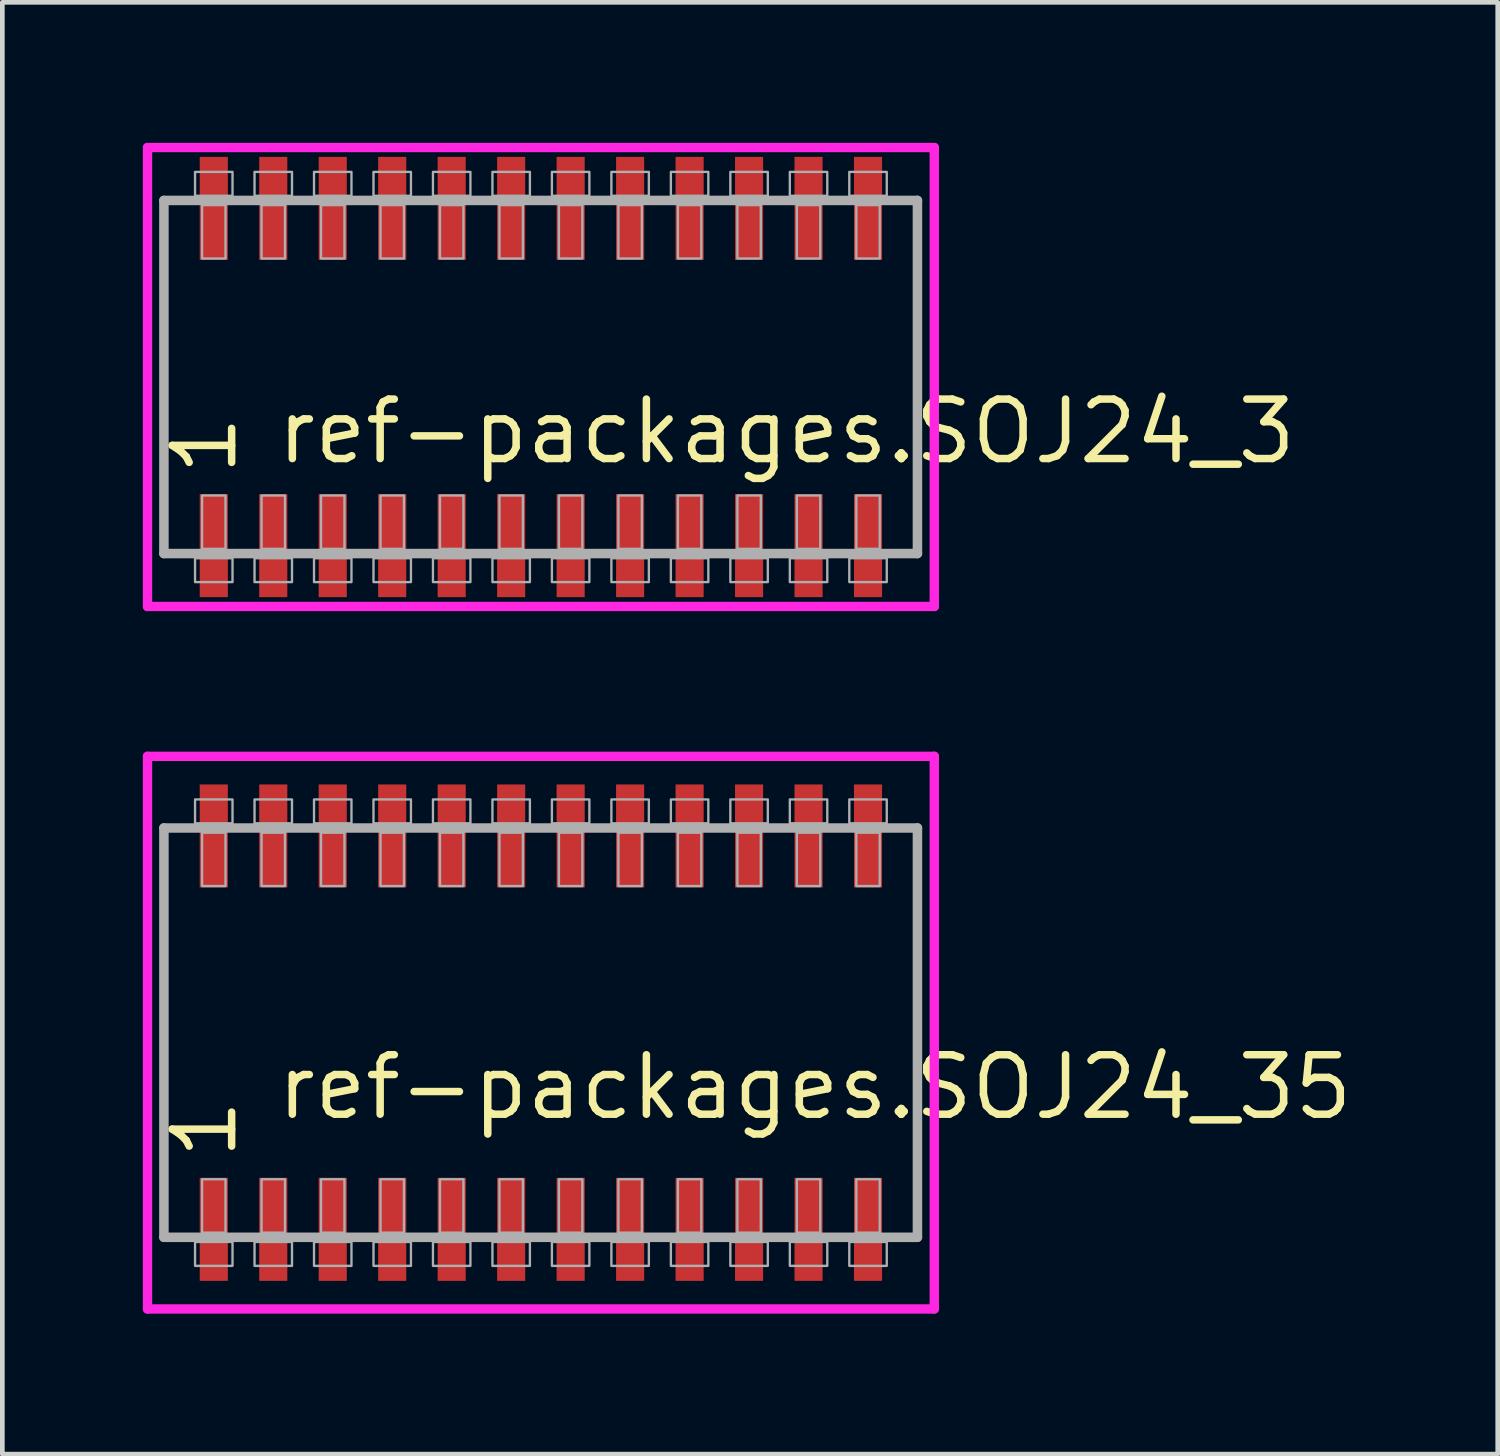
<source format=kicad_pcb>
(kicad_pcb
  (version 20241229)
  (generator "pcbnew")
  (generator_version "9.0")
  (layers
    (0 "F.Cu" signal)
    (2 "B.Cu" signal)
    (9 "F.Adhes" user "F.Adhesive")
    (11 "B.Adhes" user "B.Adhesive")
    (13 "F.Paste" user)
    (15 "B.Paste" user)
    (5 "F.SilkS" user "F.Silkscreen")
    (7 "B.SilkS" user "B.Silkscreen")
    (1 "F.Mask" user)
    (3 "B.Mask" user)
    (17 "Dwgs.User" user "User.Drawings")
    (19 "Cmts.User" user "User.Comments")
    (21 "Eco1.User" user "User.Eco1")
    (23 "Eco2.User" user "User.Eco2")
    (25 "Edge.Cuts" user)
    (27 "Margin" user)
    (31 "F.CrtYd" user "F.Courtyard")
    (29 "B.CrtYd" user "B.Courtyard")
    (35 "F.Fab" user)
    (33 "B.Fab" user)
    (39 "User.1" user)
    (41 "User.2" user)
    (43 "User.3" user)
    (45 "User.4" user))
  (footprint "ref-packages.SOJ24_35"
    (layer "F.Cu")
    (at 8.5 19)
    (property "Reference" "ref-packages.SOJ24_35" (at -5.715 1.905 0) (layer "F.SilkS") (effects (font (size 1.27 1.27) (thickness 0.16)) (justify left bottom)))
    (attr smd)
    (fp_line (start -8.4 -5.9) (end 8.4 -5.9) (stroke (width 0.2) (type default)) (layer "F.CrtYd"))
    (fp_line (start -8.4 5.9) (end -8.4 -5.9) (stroke (width 0.2) (type default)) (layer "F.CrtYd"))
    (fp_line (start 8.4 -5.9) (end 8.4 5.9) (stroke (width 0.2) (type default)) (layer "F.CrtYd"))
    (fp_line (start 8.4 5.9) (end -8.4 5.9) (stroke (width 0.2) (type default)) (layer "F.CrtYd"))
    (fp_line (start -8.05 -4.37) (end 8.04 -4.37) (stroke (width 0.203) (type default)) (layer "F.Fab"))
    (fp_line (start -8.05 4.37) (end -8.05 -4.37) (stroke (width 0.203) (type default)) (layer "F.Fab"))
    (fp_line (start 8.04 -4.37) (end 8.04 4.37) (stroke (width 0.203) (type default)) (layer "F.Fab"))
    (fp_line (start 8.04 4.37) (end -8.05 4.37) (stroke (width 0.203) (type default)) (layer "F.Fab"))
    (fp_rect (start -7.385 -4.47) (end -6.585 -4.98) (stroke (width 0.05) (type default)) (fill no) (layer "F.Fab"))
    (fp_rect (start -7.385 4.98) (end -6.585 4.47) (stroke (width 0.05) (type default)) (fill no) (layer "F.Fab"))
    (fp_rect (start -7.235 -3.13) (end -6.735 -4.27) (stroke (width 0.05) (type default)) (fill no) (layer "F.Fab"))
    (fp_rect (start -7.235 4.27) (end -6.735 3.13) (stroke (width 0.05) (type default)) (fill no) (layer "F.Fab"))
    (fp_rect (start -6.115 -4.47) (end -5.315 -4.98) (stroke (width 0.05) (type default)) (fill no) (layer "F.Fab"))
    (fp_rect (start -6.115 4.98) (end -5.315 4.47) (stroke (width 0.05) (type default)) (fill no) (layer "F.Fab"))
    (fp_rect (start -5.965 -3.13) (end -5.465 -4.27) (stroke (width 0.05) (type default)) (fill no) (layer "F.Fab"))
    (fp_rect (start -5.965 4.27) (end -5.465 3.13) (stroke (width 0.05) (type default)) (fill no) (layer "F.Fab"))
    (fp_rect (start -4.845 -4.47) (end -4.045 -4.98) (stroke (width 0.05) (type default)) (fill no) (layer "F.Fab"))
    (fp_rect (start -4.845 4.98) (end -4.045 4.47) (stroke (width 0.05) (type default)) (fill no) (layer "F.Fab"))
    (fp_rect (start -4.695 -3.13) (end -4.195 -4.27) (stroke (width 0.05) (type default)) (fill no) (layer "F.Fab"))
    (fp_rect (start -4.695 4.27) (end -4.195 3.13) (stroke (width 0.05) (type default)) (fill no) (layer "F.Fab"))
    (fp_rect (start -3.575 -4.47) (end -2.775 -4.98) (stroke (width 0.05) (type default)) (fill no) (layer "F.Fab"))
    (fp_rect (start -3.575 4.98) (end -2.775 4.47) (stroke (width 0.05) (type default)) (fill no) (layer "F.Fab"))
    (fp_rect (start -3.425 -3.13) (end -2.925 -4.27) (stroke (width 0.05) (type default)) (fill no) (layer "F.Fab"))
    (fp_rect (start -3.425 4.27) (end -2.925 3.13) (stroke (width 0.05) (type default)) (fill no) (layer "F.Fab"))
    (fp_rect (start -2.305 -4.47) (end -1.505 -4.98) (stroke (width 0.05) (type default)) (fill no) (layer "F.Fab"))
    (fp_rect (start -2.305 4.98) (end -1.505 4.47) (stroke (width 0.05) (type default)) (fill no) (layer "F.Fab"))
    (fp_rect (start -2.155 -3.13) (end -1.655 -4.27) (stroke (width 0.05) (type default)) (fill no) (layer "F.Fab"))
    (fp_rect (start -2.155 4.27) (end -1.655 3.13) (stroke (width 0.05) (type default)) (fill no) (layer "F.Fab"))
    (fp_rect (start -1.035 -4.47) (end -0.235 -4.98) (stroke (width 0.05) (type default)) (fill no) (layer "F.Fab"))
    (fp_rect (start -1.035 4.98) (end -0.235 4.47) (stroke (width 0.05) (type default)) (fill no) (layer "F.Fab"))
    (fp_rect (start -0.885 -3.13) (end -0.385 -4.27) (stroke (width 0.05) (type default)) (fill no) (layer "F.Fab"))
    (fp_rect (start -0.885 4.27) (end -0.385 3.13) (stroke (width 0.05) (type default)) (fill no) (layer "F.Fab"))
    (fp_rect (start 0.235 -4.47) (end 1.035 -4.98) (stroke (width 0.05) (type default)) (fill no) (layer "F.Fab"))
    (fp_rect (start 0.235 4.98) (end 1.035 4.47) (stroke (width 0.05) (type default)) (fill no) (layer "F.Fab"))
    (fp_rect (start 0.385 -3.13) (end 0.885 -4.27) (stroke (width 0.05) (type default)) (fill no) (layer "F.Fab"))
    (fp_rect (start 0.385 4.27) (end 0.885 3.13) (stroke (width 0.05) (type default)) (fill no) (layer "F.Fab"))
    (fp_rect (start 1.505 -4.47) (end 2.305 -4.98) (stroke (width 0.05) (type default)) (fill no) (layer "F.Fab"))
    (fp_rect (start 1.505 4.98) (end 2.305 4.47) (stroke (width 0.05) (type default)) (fill no) (layer "F.Fab"))
    (fp_rect (start 1.655 -3.13) (end 2.155 -4.27) (stroke (width 0.05) (type default)) (fill no) (layer "F.Fab"))
    (fp_rect (start 1.655 4.27) (end 2.155 3.13) (stroke (width 0.05) (type default)) (fill no) (layer "F.Fab"))
    (fp_rect (start 2.775 -4.47) (end 3.575 -4.98) (stroke (width 0.05) (type default)) (fill no) (layer "F.Fab"))
    (fp_rect (start 2.775 4.98) (end 3.575 4.47) (stroke (width 0.05) (type default)) (fill no) (layer "F.Fab"))
    (fp_rect (start 2.925 -3.13) (end 3.425 -4.27) (stroke (width 0.05) (type default)) (fill no) (layer "F.Fab"))
    (fp_rect (start 2.925 4.27) (end 3.425 3.13) (stroke (width 0.05) (type default)) (fill no) (layer "F.Fab"))
    (fp_rect (start 4.045 -4.47) (end 4.845 -4.98) (stroke (width 0.05) (type default)) (fill no) (layer "F.Fab"))
    (fp_rect (start 4.045 4.98) (end 4.845 4.47) (stroke (width 0.05) (type default)) (fill no) (layer "F.Fab"))
    (fp_rect (start 4.195 -3.13) (end 4.695 -4.27) (stroke (width 0.05) (type default)) (fill no) (layer "F.Fab"))
    (fp_rect (start 4.195 4.27) (end 4.695 3.13) (stroke (width 0.05) (type default)) (fill no) (layer "F.Fab"))
    (fp_rect (start 5.315 -4.47) (end 6.115 -4.98) (stroke (width 0.05) (type default)) (fill no) (layer "F.Fab"))
    (fp_rect (start 5.315 4.98) (end 6.115 4.47) (stroke (width 0.05) (type default)) (fill no) (layer "F.Fab"))
    (fp_rect (start 5.465 -3.13) (end 5.965 -4.27) (stroke (width 0.05) (type default)) (fill no) (layer "F.Fab"))
    (fp_rect (start 5.465 4.27) (end 5.965 3.13) (stroke (width 0.05) (type default)) (fill no) (layer "F.Fab"))
    (fp_rect (start 6.585 -4.47) (end 7.385 -4.98) (stroke (width 0.05) (type default)) (fill no) (layer "F.Fab"))
    (fp_rect (start 6.585 4.98) (end 7.385 4.47) (stroke (width 0.05) (type default)) (fill no) (layer "F.Fab"))
    (fp_rect (start 6.735 -3.13) (end 7.235 -4.27) (stroke (width 0.05) (type default)) (fill no) (layer "F.Fab"))
    (fp_rect (start 6.735 4.27) (end 7.235 3.13) (stroke (width 0.05) (type default)) (fill no) (layer "F.Fab"))
    (fp_text user "1" (at -6.44 2.77 90) (layer "F.SilkS") (effects (font (size 1.27 1.27) (thickness 0.16)) (justify left bottom)))
    (pad "1" smd roundrect (at -6.985 4.2) (size 0.6 2.2) (layers "F.Cu" "F.Mask" "F.Paste") (roundrect_rratio 0.01))
    (pad "2" smd roundrect (at -5.715 4.2) (size 0.6 2.2) (layers "F.Cu" "F.Mask" "F.Paste") (roundrect_rratio 0.01))
    (pad "3" smd roundrect (at -4.445 4.2) (size 0.6 2.2) (layers "F.Cu" "F.Mask" "F.Paste") (roundrect_rratio 0.01))
    (pad "4" smd roundrect (at -3.175 4.2) (size 0.6 2.2) (layers "F.Cu" "F.Mask" "F.Paste") (roundrect_rratio 0.01))
    (pad "5" smd roundrect (at -1.905 4.2) (size 0.6 2.2) (layers "F.Cu" "F.Mask" "F.Paste") (roundrect_rratio 0.01))
    (pad "6" smd roundrect (at -0.635 4.2) (size 0.6 2.2) (layers "F.Cu" "F.Mask" "F.Paste") (roundrect_rratio 0.01))
    (pad "7" smd roundrect (at 0.635 4.2) (size 0.6 2.2) (layers "F.Cu" "F.Mask" "F.Paste") (roundrect_rratio 0.01))
    (pad "8" smd roundrect (at 1.905 4.2) (size 0.6 2.2) (layers "F.Cu" "F.Mask" "F.Paste") (roundrect_rratio 0.01))
    (pad "9" smd roundrect (at 3.175 4.2) (size 0.6 2.2) (layers "F.Cu" "F.Mask" "F.Paste") (roundrect_rratio 0.01))
    (pad "10" smd roundrect (at 4.445 4.2) (size 0.6 2.2) (layers "F.Cu" "F.Mask" "F.Paste") (roundrect_rratio 0.01))
    (pad "11" smd roundrect (at 5.715 4.2) (size 0.6 2.2) (layers "F.Cu" "F.Mask" "F.Paste") (roundrect_rratio 0.01))
    (pad "12" smd roundrect (at 6.985 4.2) (size 0.6 2.2) (layers "F.Cu" "F.Mask" "F.Paste") (roundrect_rratio 0.01))
    (pad "13" smd roundrect (at 6.985 -4.2) (size 0.6 2.2) (layers "F.Cu" "F.Mask" "F.Paste") (roundrect_rratio 0.01))
    (pad "14" smd roundrect (at 5.715 -4.2) (size 0.6 2.2) (layers "F.Cu" "F.Mask" "F.Paste") (roundrect_rratio 0.01))
    (pad "15" smd roundrect (at 4.445 -4.2) (size 0.6 2.2) (layers "F.Cu" "F.Mask" "F.Paste") (roundrect_rratio 0.01))
    (pad "16" smd roundrect (at 3.175 -4.2) (size 0.6 2.2) (layers "F.Cu" "F.Mask" "F.Paste") (roundrect_rratio 0.01))
    (pad "17" smd roundrect (at 1.905 -4.2) (size 0.6 2.2) (layers "F.Cu" "F.Mask" "F.Paste") (roundrect_rratio 0.01))
    (pad "18" smd roundrect (at 0.635 -4.2) (size 0.6 2.2) (layers "F.Cu" "F.Mask" "F.Paste") (roundrect_rratio 0.01))
    (pad "19" smd roundrect (at -0.635 -4.2) (size 0.6 2.2) (layers "F.Cu" "F.Mask" "F.Paste") (roundrect_rratio 0.01))
    (pad "20" smd roundrect (at -1.905 -4.2) (size 0.6 2.2) (layers "F.Cu" "F.Mask" "F.Paste") (roundrect_rratio 0.01))
    (pad "21" smd roundrect (at -3.175 -4.2) (size 0.6 2.2) (layers "F.Cu" "F.Mask" "F.Paste") (roundrect_rratio 0.01))
    (pad "22" smd roundrect (at -4.445 -4.2) (size 0.6 2.2) (layers "F.Cu" "F.Mask" "F.Paste") (roundrect_rratio 0.01))
    (pad "23" smd roundrect (at -5.715 -4.2) (size 0.6 2.2) (layers "F.Cu" "F.Mask" "F.Paste") (roundrect_rratio 0.01))
    (pad "24" smd roundrect (at -6.985 -4.2) (size 0.6 2.2) (layers "F.Cu" "F.Mask" "F.Paste") (roundrect_rratio 0.01)))
  (footprint "ref-packages.SOJ24_3"
    (layer "F.Cu")
    (at 8.5 5)
    (property "Reference" "ref-packages.SOJ24_3" (at -5.715 1.905 0) (layer "F.SilkS") (effects (font (size 1.27 1.27) (thickness 0.16)) (justify left bottom)))
    (attr smd)
    (fp_line (start -8.4 -4.9) (end 8.4 -4.9) (stroke (width 0.2) (type default)) (layer "F.CrtYd"))
    (fp_line (start -8.4 4.9) (end -8.4 -4.9) (stroke (width 0.2) (type default)) (layer "F.CrtYd"))
    (fp_line (start 8.4 -4.9) (end 8.4 4.9) (stroke (width 0.2) (type default)) (layer "F.CrtYd"))
    (fp_line (start 8.4 4.9) (end -8.4 4.9) (stroke (width 0.2) (type default)) (layer "F.CrtYd"))
    (fp_line (start -8.05 -3.77) (end 8.04 -3.77) (stroke (width 0.203) (type default)) (layer "F.Fab"))
    (fp_line (start -8.05 3.77) (end -8.05 -3.77) (stroke (width 0.203) (type default)) (layer "F.Fab"))
    (fp_line (start 8.04 -3.77) (end 8.04 3.77) (stroke (width 0.203) (type default)) (layer "F.Fab"))
    (fp_line (start 8.04 3.77) (end -8.05 3.77) (stroke (width 0.203) (type default)) (layer "F.Fab"))
    (fp_rect (start -7.385 -3.87) (end -6.585 -4.38) (stroke (width 0.05) (type default)) (fill no) (layer "F.Fab"))
    (fp_rect (start -7.385 4.38) (end -6.585 3.87) (stroke (width 0.05) (type default)) (fill no) (layer "F.Fab"))
    (fp_rect (start -7.235 -2.53) (end -6.735 -3.67) (stroke (width 0.05) (type default)) (fill no) (layer "F.Fab"))
    (fp_rect (start -7.235 3.67) (end -6.735 2.53) (stroke (width 0.05) (type default)) (fill no) (layer "F.Fab"))
    (fp_rect (start -6.115 -3.87) (end -5.315 -4.38) (stroke (width 0.05) (type default)) (fill no) (layer "F.Fab"))
    (fp_rect (start -6.115 4.38) (end -5.315 3.87) (stroke (width 0.05) (type default)) (fill no) (layer "F.Fab"))
    (fp_rect (start -5.965 -2.53) (end -5.465 -3.67) (stroke (width 0.05) (type default)) (fill no) (layer "F.Fab"))
    (fp_rect (start -5.965 3.67) (end -5.465 2.53) (stroke (width 0.05) (type default)) (fill no) (layer "F.Fab"))
    (fp_rect (start -4.845 -3.87) (end -4.045 -4.38) (stroke (width 0.05) (type default)) (fill no) (layer "F.Fab"))
    (fp_rect (start -4.845 4.38) (end -4.045 3.87) (stroke (width 0.05) (type default)) (fill no) (layer "F.Fab"))
    (fp_rect (start -4.695 -2.53) (end -4.195 -3.67) (stroke (width 0.05) (type default)) (fill no) (layer "F.Fab"))
    (fp_rect (start -4.695 3.67) (end -4.195 2.53) (stroke (width 0.05) (type default)) (fill no) (layer "F.Fab"))
    (fp_rect (start -3.575 -3.87) (end -2.775 -4.38) (stroke (width 0.05) (type default)) (fill no) (layer "F.Fab"))
    (fp_rect (start -3.575 4.38) (end -2.775 3.87) (stroke (width 0.05) (type default)) (fill no) (layer "F.Fab"))
    (fp_rect (start -3.425 -2.53) (end -2.925 -3.67) (stroke (width 0.05) (type default)) (fill no) (layer "F.Fab"))
    (fp_rect (start -3.425 3.67) (end -2.925 2.53) (stroke (width 0.05) (type default)) (fill no) (layer "F.Fab"))
    (fp_rect (start -2.305 -3.87) (end -1.505 -4.38) (stroke (width 0.05) (type default)) (fill no) (layer "F.Fab"))
    (fp_rect (start -2.305 4.38) (end -1.505 3.87) (stroke (width 0.05) (type default)) (fill no) (layer "F.Fab"))
    (fp_rect (start -2.155 -2.53) (end -1.655 -3.67) (stroke (width 0.05) (type default)) (fill no) (layer "F.Fab"))
    (fp_rect (start -2.155 3.67) (end -1.655 2.53) (stroke (width 0.05) (type default)) (fill no) (layer "F.Fab"))
    (fp_rect (start -1.035 -3.87) (end -0.235 -4.38) (stroke (width 0.05) (type default)) (fill no) (layer "F.Fab"))
    (fp_rect (start -1.035 4.38) (end -0.235 3.87) (stroke (width 0.05) (type default)) (fill no) (layer "F.Fab"))
    (fp_rect (start -0.885 -2.53) (end -0.385 -3.67) (stroke (width 0.05) (type default)) (fill no) (layer "F.Fab"))
    (fp_rect (start -0.885 3.67) (end -0.385 2.53) (stroke (width 0.05) (type default)) (fill no) (layer "F.Fab"))
    (fp_rect (start 0.235 -3.87) (end 1.035 -4.38) (stroke (width 0.05) (type default)) (fill no) (layer "F.Fab"))
    (fp_rect (start 0.235 4.38) (end 1.035 3.87) (stroke (width 0.05) (type default)) (fill no) (layer "F.Fab"))
    (fp_rect (start 0.385 -2.53) (end 0.885 -3.67) (stroke (width 0.05) (type default)) (fill no) (layer "F.Fab"))
    (fp_rect (start 0.385 3.67) (end 0.885 2.53) (stroke (width 0.05) (type default)) (fill no) (layer "F.Fab"))
    (fp_rect (start 1.505 -3.87) (end 2.305 -4.38) (stroke (width 0.05) (type default)) (fill no) (layer "F.Fab"))
    (fp_rect (start 1.505 4.38) (end 2.305 3.87) (stroke (width 0.05) (type default)) (fill no) (layer "F.Fab"))
    (fp_rect (start 1.655 -2.53) (end 2.155 -3.67) (stroke (width 0.05) (type default)) (fill no) (layer "F.Fab"))
    (fp_rect (start 1.655 3.67) (end 2.155 2.53) (stroke (width 0.05) (type default)) (fill no) (layer "F.Fab"))
    (fp_rect (start 2.775 -3.87) (end 3.575 -4.38) (stroke (width 0.05) (type default)) (fill no) (layer "F.Fab"))
    (fp_rect (start 2.775 4.38) (end 3.575 3.87) (stroke (width 0.05) (type default)) (fill no) (layer "F.Fab"))
    (fp_rect (start 2.925 -2.53) (end 3.425 -3.67) (stroke (width 0.05) (type default)) (fill no) (layer "F.Fab"))
    (fp_rect (start 2.925 3.67) (end 3.425 2.53) (stroke (width 0.05) (type default)) (fill no) (layer "F.Fab"))
    (fp_rect (start 4.045 -3.87) (end 4.845 -4.38) (stroke (width 0.05) (type default)) (fill no) (layer "F.Fab"))
    (fp_rect (start 4.045 4.38) (end 4.845 3.87) (stroke (width 0.05) (type default)) (fill no) (layer "F.Fab"))
    (fp_rect (start 4.195 -2.53) (end 4.695 -3.67) (stroke (width 0.05) (type default)) (fill no) (layer "F.Fab"))
    (fp_rect (start 4.195 3.67) (end 4.695 2.53) (stroke (width 0.05) (type default)) (fill no) (layer "F.Fab"))
    (fp_rect (start 5.315 -3.87) (end 6.115 -4.38) (stroke (width 0.05) (type default)) (fill no) (layer "F.Fab"))
    (fp_rect (start 5.315 4.38) (end 6.115 3.87) (stroke (width 0.05) (type default)) (fill no) (layer "F.Fab"))
    (fp_rect (start 5.465 -2.53) (end 5.965 -3.67) (stroke (width 0.05) (type default)) (fill no) (layer "F.Fab"))
    (fp_rect (start 5.465 3.67) (end 5.965 2.53) (stroke (width 0.05) (type default)) (fill no) (layer "F.Fab"))
    (fp_rect (start 6.585 -3.87) (end 7.385 -4.38) (stroke (width 0.05) (type default)) (fill no) (layer "F.Fab"))
    (fp_rect (start 6.585 4.38) (end 7.385 3.87) (stroke (width 0.05) (type default)) (fill no) (layer "F.Fab"))
    (fp_rect (start 6.735 -2.53) (end 7.235 -3.67) (stroke (width 0.05) (type default)) (fill no) (layer "F.Fab"))
    (fp_rect (start 6.735 3.67) (end 7.235 2.53) (stroke (width 0.05) (type default)) (fill no) (layer "F.Fab"))
    (fp_text user "1" (at -6.44 2.17 90) (layer "F.SilkS") (effects (font (size 1.27 1.27) (thickness 0.16)) (justify left bottom)))
    (pad "1" smd roundrect (at -6.985 3.6) (size 0.6 2.2) (layers "F.Cu" "F.Mask" "F.Paste") (roundrect_rratio 0.01))
    (pad "2" smd roundrect (at -5.715 3.6) (size 0.6 2.2) (layers "F.Cu" "F.Mask" "F.Paste") (roundrect_rratio 0.01))
    (pad "3" smd roundrect (at -4.445 3.6) (size 0.6 2.2) (layers "F.Cu" "F.Mask" "F.Paste") (roundrect_rratio 0.01))
    (pad "4" smd roundrect (at -3.175 3.6) (size 0.6 2.2) (layers "F.Cu" "F.Mask" "F.Paste") (roundrect_rratio 0.01))
    (pad "5" smd roundrect (at -1.905 3.6) (size 0.6 2.2) (layers "F.Cu" "F.Mask" "F.Paste") (roundrect_rratio 0.01))
    (pad "6" smd roundrect (at -0.635 3.6) (size 0.6 2.2) (layers "F.Cu" "F.Mask" "F.Paste") (roundrect_rratio 0.01))
    (pad "7" smd roundrect (at 0.635 3.6) (size 0.6 2.2) (layers "F.Cu" "F.Mask" "F.Paste") (roundrect_rratio 0.01))
    (pad "8" smd roundrect (at 1.905 3.6) (size 0.6 2.2) (layers "F.Cu" "F.Mask" "F.Paste") (roundrect_rratio 0.01))
    (pad "9" smd roundrect (at 3.175 3.6) (size 0.6 2.2) (layers "F.Cu" "F.Mask" "F.Paste") (roundrect_rratio 0.01))
    (pad "10" smd roundrect (at 4.445 3.6) (size 0.6 2.2) (layers "F.Cu" "F.Mask" "F.Paste") (roundrect_rratio 0.01))
    (pad "11" smd roundrect (at 5.715 3.6) (size 0.6 2.2) (layers "F.Cu" "F.Mask" "F.Paste") (roundrect_rratio 0.01))
    (pad "12" smd roundrect (at 6.985 3.6) (size 0.6 2.2) (layers "F.Cu" "F.Mask" "F.Paste") (roundrect_rratio 0.01))
    (pad "13" smd roundrect (at 6.985 -3.6) (size 0.6 2.2) (layers "F.Cu" "F.Mask" "F.Paste") (roundrect_rratio 0.01))
    (pad "14" smd roundrect (at 5.715 -3.6) (size 0.6 2.2) (layers "F.Cu" "F.Mask" "F.Paste") (roundrect_rratio 0.01))
    (pad "15" smd roundrect (at 4.445 -3.6) (size 0.6 2.2) (layers "F.Cu" "F.Mask" "F.Paste") (roundrect_rratio 0.01))
    (pad "16" smd roundrect (at 3.175 -3.6) (size 0.6 2.2) (layers "F.Cu" "F.Mask" "F.Paste") (roundrect_rratio 0.01))
    (pad "17" smd roundrect (at 1.905 -3.6) (size 0.6 2.2) (layers "F.Cu" "F.Mask" "F.Paste") (roundrect_rratio 0.01))
    (pad "18" smd roundrect (at 0.635 -3.6) (size 0.6 2.2) (layers "F.Cu" "F.Mask" "F.Paste") (roundrect_rratio 0.01))
    (pad "19" smd roundrect (at -0.635 -3.6) (size 0.6 2.2) (layers "F.Cu" "F.Mask" "F.Paste") (roundrect_rratio 0.01))
    (pad "20" smd roundrect (at -1.905 -3.6) (size 0.6 2.2) (layers "F.Cu" "F.Mask" "F.Paste") (roundrect_rratio 0.01))
    (pad "21" smd roundrect (at -3.175 -3.6) (size 0.6 2.2) (layers "F.Cu" "F.Mask" "F.Paste") (roundrect_rratio 0.01))
    (pad "22" smd roundrect (at -4.445 -3.6) (size 0.6 2.2) (layers "F.Cu" "F.Mask" "F.Paste") (roundrect_rratio 0.01))
    (pad "23" smd roundrect (at -5.715 -3.6) (size 0.6 2.2) (layers "F.Cu" "F.Mask" "F.Paste") (roundrect_rratio 0.01))
    (pad "24" smd roundrect (at -6.985 -3.6) (size 0.6 2.2) (layers "F.Cu" "F.Mask" "F.Paste") (roundrect_rratio 0.01)))
  (gr_rect
    (start -3 -3)
    (end 28.931 28)
    (stroke (width 0.1) (type default))
    (fill no)
    (layer "Edge.Cuts")))
</source>
